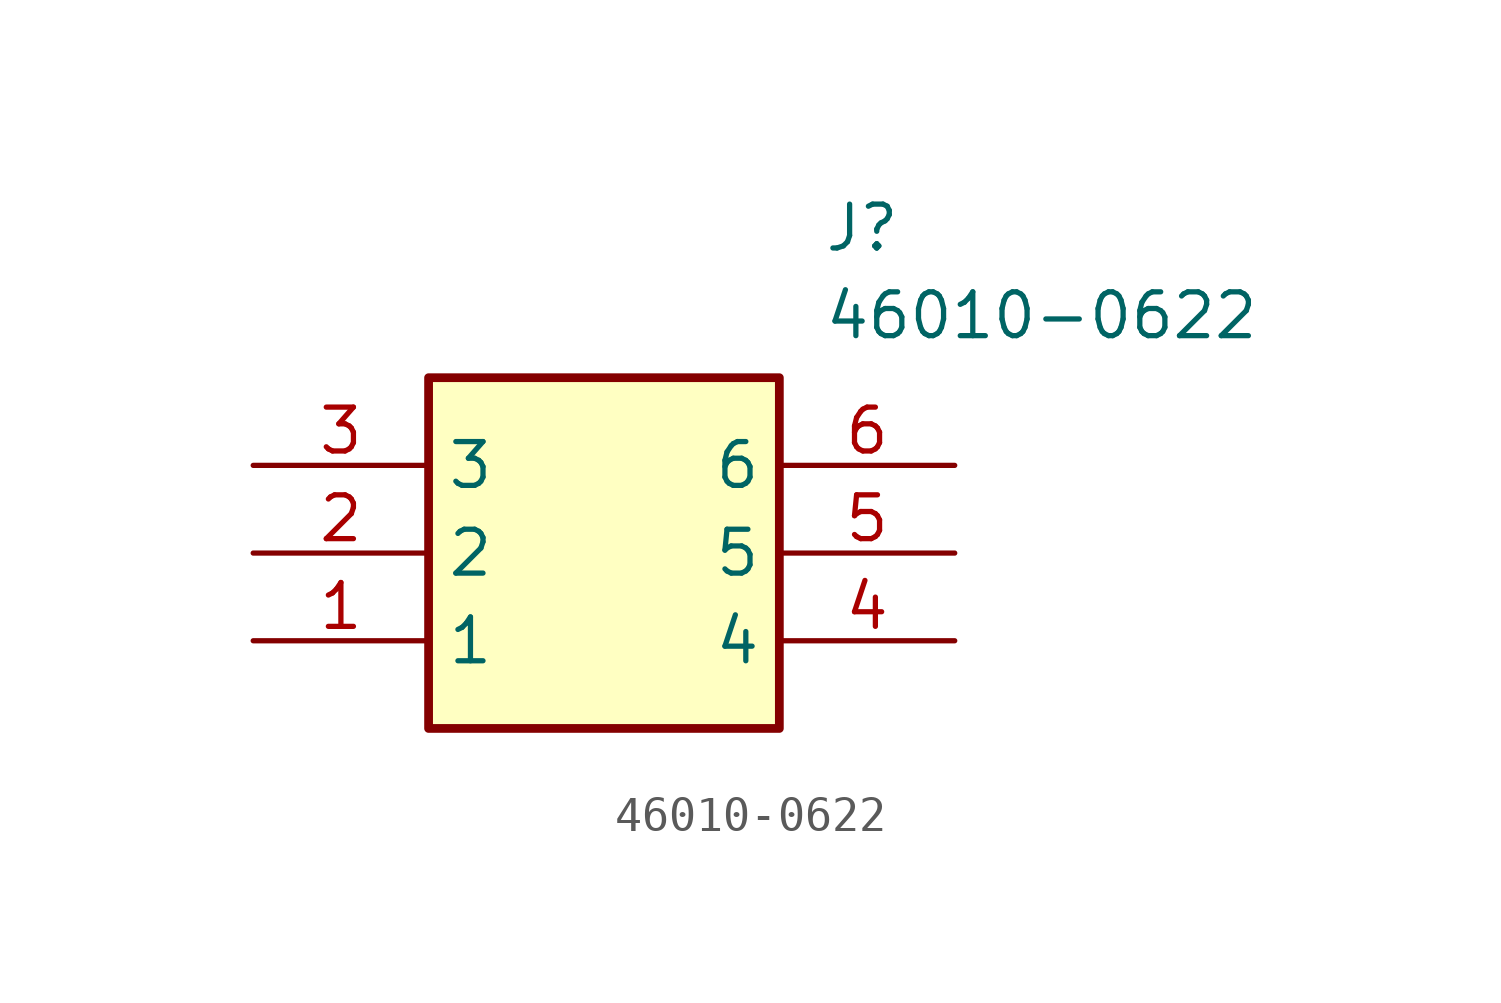
<source format=kicad_sym>
(kicad_symbol_lib
  (version 20211014)
  (generator SamacSys_ECAD_Model)
  (symbol "46010-0622"
    (property "Reference" "J"
      (at 16.51 7.62 0)
      (effects (font (size 1.27 1.27)) (justify left top)))
    (property "Value" "46010-0622"
      (at 16.51 5.08 0)
      (effects (font (size 1.27 1.27)) (justify left top)))
    (rectangle
      (start 5.08 2.54)
      (end 15.24 -7.62)
      (stroke (width 0.254) (type default))
      (fill (type background)))
    (pin passive line
      (at 0 -5.08 0)
      (length 5.08)
      (name "1" (effects (font (size 1.27 1.27))))
      (number "1" (effects (font (size 1.27 1.27)))))
    (pin passive line
      (at 0 -2.54 0)
      (length 5.08)
      (name "2" (effects (font (size 1.27 1.27))))
      (number "2" (effects (font (size 1.27 1.27)))))
    (pin passive line
      (at 0 0 0)
      (length 5.08)
      (name "3" (effects (font (size 1.27 1.27))))
      (number "3" (effects (font (size 1.27 1.27)))))
    (pin passive line
      (at 20.32 -5.08 180)
      (length 5.08)
      (name "4" (effects (font (size 1.27 1.27))))
      (number "4" (effects (font (size 1.27 1.27)))))
    (pin passive line
      (at 20.32 -2.54 180)
      (length 5.08)
      (name "5" (effects (font (size 1.27 1.27))))
      (number "5" (effects (font (size 1.27 1.27)))))
    (pin passive line
      (at 20.32 0 180)
      (length 5.08)
      (name "6" (effects (font (size 1.27 1.27))))
      (number "6" (effects (font (size 1.27 1.27)))))))
</source>
